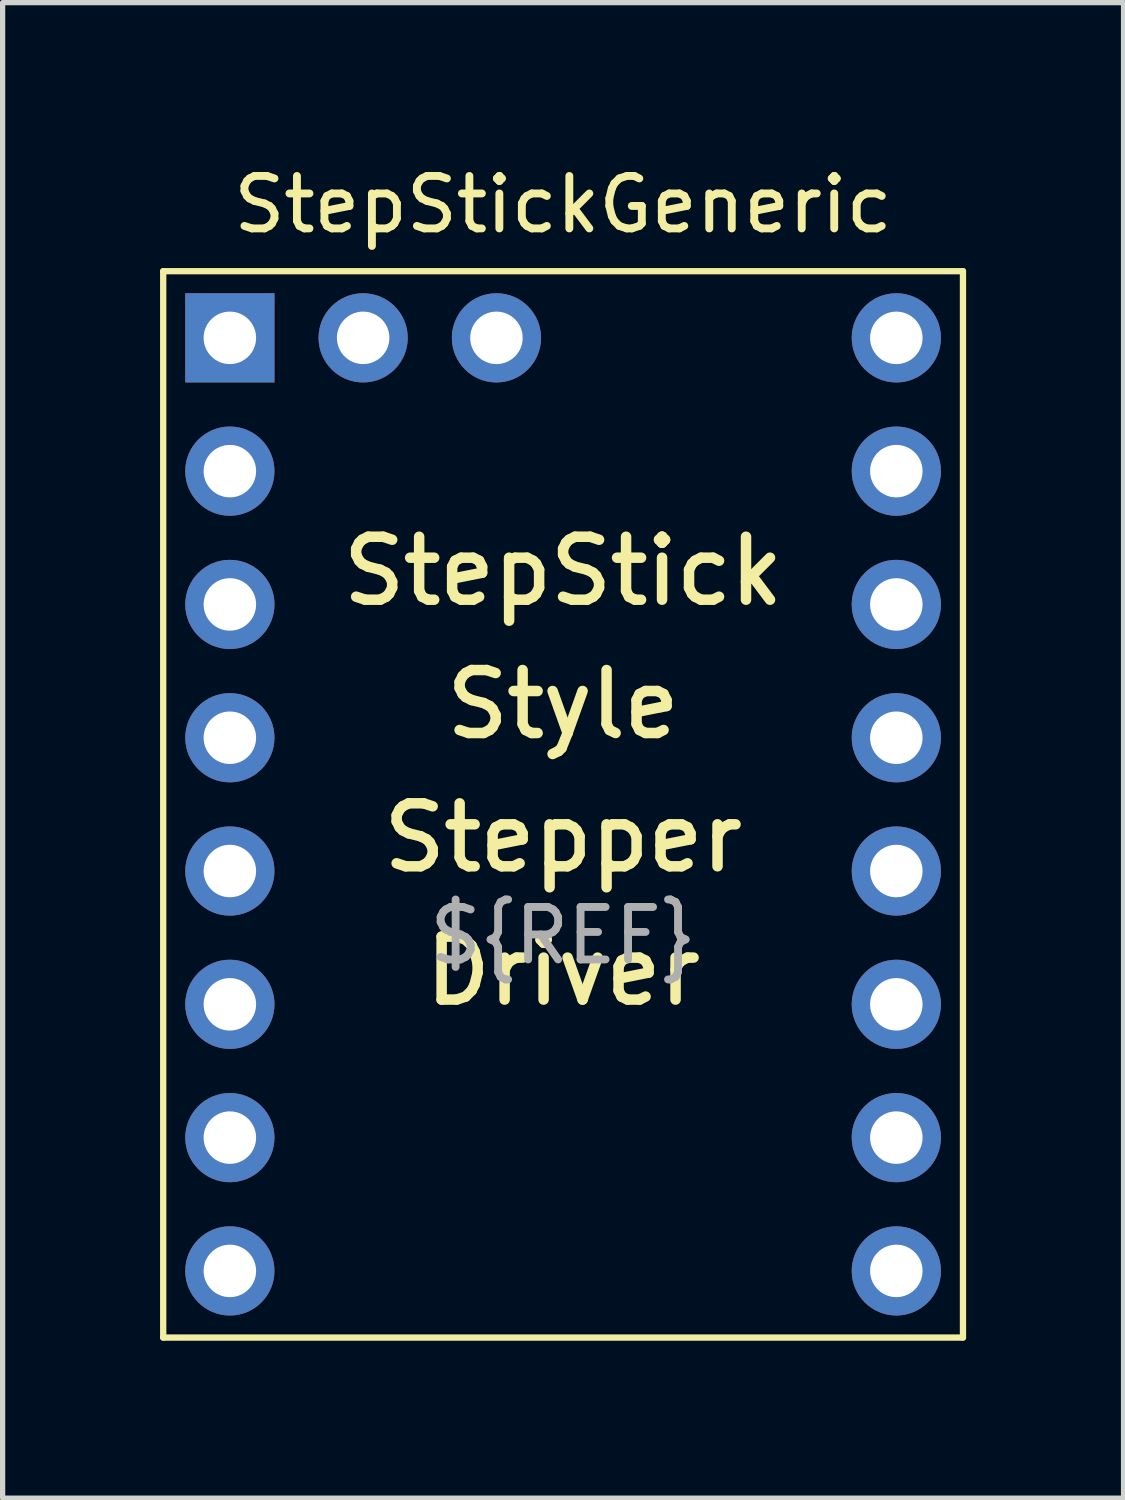
<source format=kicad_pcb>
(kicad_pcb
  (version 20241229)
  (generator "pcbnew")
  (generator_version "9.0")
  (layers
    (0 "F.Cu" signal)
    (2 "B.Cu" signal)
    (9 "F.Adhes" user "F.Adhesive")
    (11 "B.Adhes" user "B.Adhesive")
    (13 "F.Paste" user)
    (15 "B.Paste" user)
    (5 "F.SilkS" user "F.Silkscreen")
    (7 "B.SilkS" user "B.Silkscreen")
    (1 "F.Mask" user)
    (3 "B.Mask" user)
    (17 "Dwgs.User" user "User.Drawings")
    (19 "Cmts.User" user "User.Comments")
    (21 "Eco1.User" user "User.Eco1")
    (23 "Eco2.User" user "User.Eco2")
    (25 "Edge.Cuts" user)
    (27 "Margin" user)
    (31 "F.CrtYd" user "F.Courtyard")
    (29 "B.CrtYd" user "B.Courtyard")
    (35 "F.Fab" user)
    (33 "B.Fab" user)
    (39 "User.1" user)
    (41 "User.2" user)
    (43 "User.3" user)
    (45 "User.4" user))
  (footprint "StepStickGeneric"
    (layer "F.Cu")
    (at 7.68 12.278)
    (property "Reference" "StepStickGeneric" (at 0 -11.43 0) (unlocked yes) (layer "F.SilkS") (effects (font (size 1 1) (thickness 0.15))))
    (fp_line (start -7.62 -10.16) (end -7.62 10.16) (stroke (width 0.12) (type solid)) (layer "F.SilkS"))
    (fp_line (start -7.62 10.16) (end 7.62 10.16) (stroke (width 0.12) (type solid)) (layer "F.SilkS"))
    (fp_line (start 7.62 -10.16) (end -7.62 -10.16) (stroke (width 0.12) (type solid)) (layer "F.SilkS"))
    (fp_line (start 7.62 10.16) (end 7.62 -10.16) (stroke (width 0.12) (type solid)) (layer "F.SilkS"))
    (fp_text user "StepStick" (at 0 -4.445 0) (unlocked yes) (layer "F.SilkS") (effects (font (size 1.2 1.2) (thickness 0.2))))
    (fp_text user "Driver" (at 0 3.175 0) (unlocked yes) (layer "F.SilkS") (effects (font (size 1.2 1.2) (thickness 0.2))))
    (fp_text user "Stepper" (at 0 0.635 0) (unlocked yes) (layer "F.SilkS") (effects (font (size 1.2 1.2) (thickness 0.2))))
    (fp_text user "Style" (at 0 -1.905 0) (unlocked yes) (layer "F.SilkS") (effects (font (size 1.2 1.2) (thickness 0.2))))
    (fp_text user "${REF}" (at 0 2.5 0) (unlocked yes) (layer "F.Fab") (effects (font (size 1 1) (thickness 0.15))))
    (pad "1" thru_hole rect (at -6.35 -8.89) (size 1.7 1.7) (drill 1) (layers "*.Cu" "*.Mask"))
    (pad "2" thru_hole circle (at -6.35 -6.35) (size 1.7 1.7) (drill 1) (layers "*.Cu" "*.Mask"))
    (pad "3" thru_hole circle (at -6.35 -3.81) (size 1.7 1.7) (drill 1) (layers "*.Cu" "*.Mask"))
    (pad "4" thru_hole circle (at -6.35 -1.27) (size 1.7 1.7) (drill 1) (layers "*.Cu" "*.Mask"))
    (pad "5" thru_hole circle (at -6.35 1.27) (size 1.7 1.7) (drill 1) (layers "*.Cu" "*.Mask"))
    (pad "6" thru_hole circle (at -6.35 3.81) (size 1.7 1.7) (drill 1) (layers "*.Cu" "*.Mask"))
    (pad "7" thru_hole circle (at -6.35 6.35) (size 1.7 1.7) (drill 1) (layers "*.Cu" "*.Mask"))
    (pad "8" thru_hole circle (at -6.35 8.89) (size 1.7 1.7) (drill 1) (layers "*.Cu" "*.Mask"))
    (pad "9" thru_hole circle (at 6.35 8.89) (size 1.7 1.7) (drill 1) (layers "*.Cu" "*.Mask"))
    (pad "10" thru_hole circle (at 6.35 6.35) (size 1.7 1.7) (drill 1) (layers "*.Cu" "*.Mask"))
    (pad "11" thru_hole circle (at 6.35 3.81) (size 1.7 1.7) (drill 1) (layers "*.Cu" "*.Mask"))
    (pad "12" thru_hole circle (at 6.35 1.27) (size 1.7 1.7) (drill 1) (layers "*.Cu" "*.Mask"))
    (pad "13" thru_hole circle (at 6.35 -1.27) (size 1.7 1.7) (drill 1) (layers "*.Cu" "*.Mask"))
    (pad "14" thru_hole circle (at 6.35 -3.81) (size 1.7 1.7) (drill 1) (layers "*.Cu" "*.Mask"))
    (pad "15" thru_hole circle (at 6.35 -6.35) (size 1.7 1.7) (drill 1) (layers "*.Cu" "*.Mask"))
    (pad "16" thru_hole circle (at 6.35 -8.89) (size 1.7 1.7) (drill 1) (layers "*.Cu" "*.Mask"))
    (pad "17" thru_hole circle (at -3.81 -8.89) (size 1.7 1.7) (drill 1) (layers "*.Cu" "*.Mask"))
    (pad "18" thru_hole circle (at -1.27 -8.89) (size 1.7 1.7) (drill 1) (layers "*.Cu" "*.Mask")))
  (gr_rect
    (start -3 -3)
    (end 18.36 25.498)
    (stroke (width 0.1) (type default))
    (fill no)
    (layer "Edge.Cuts")))
</source>
